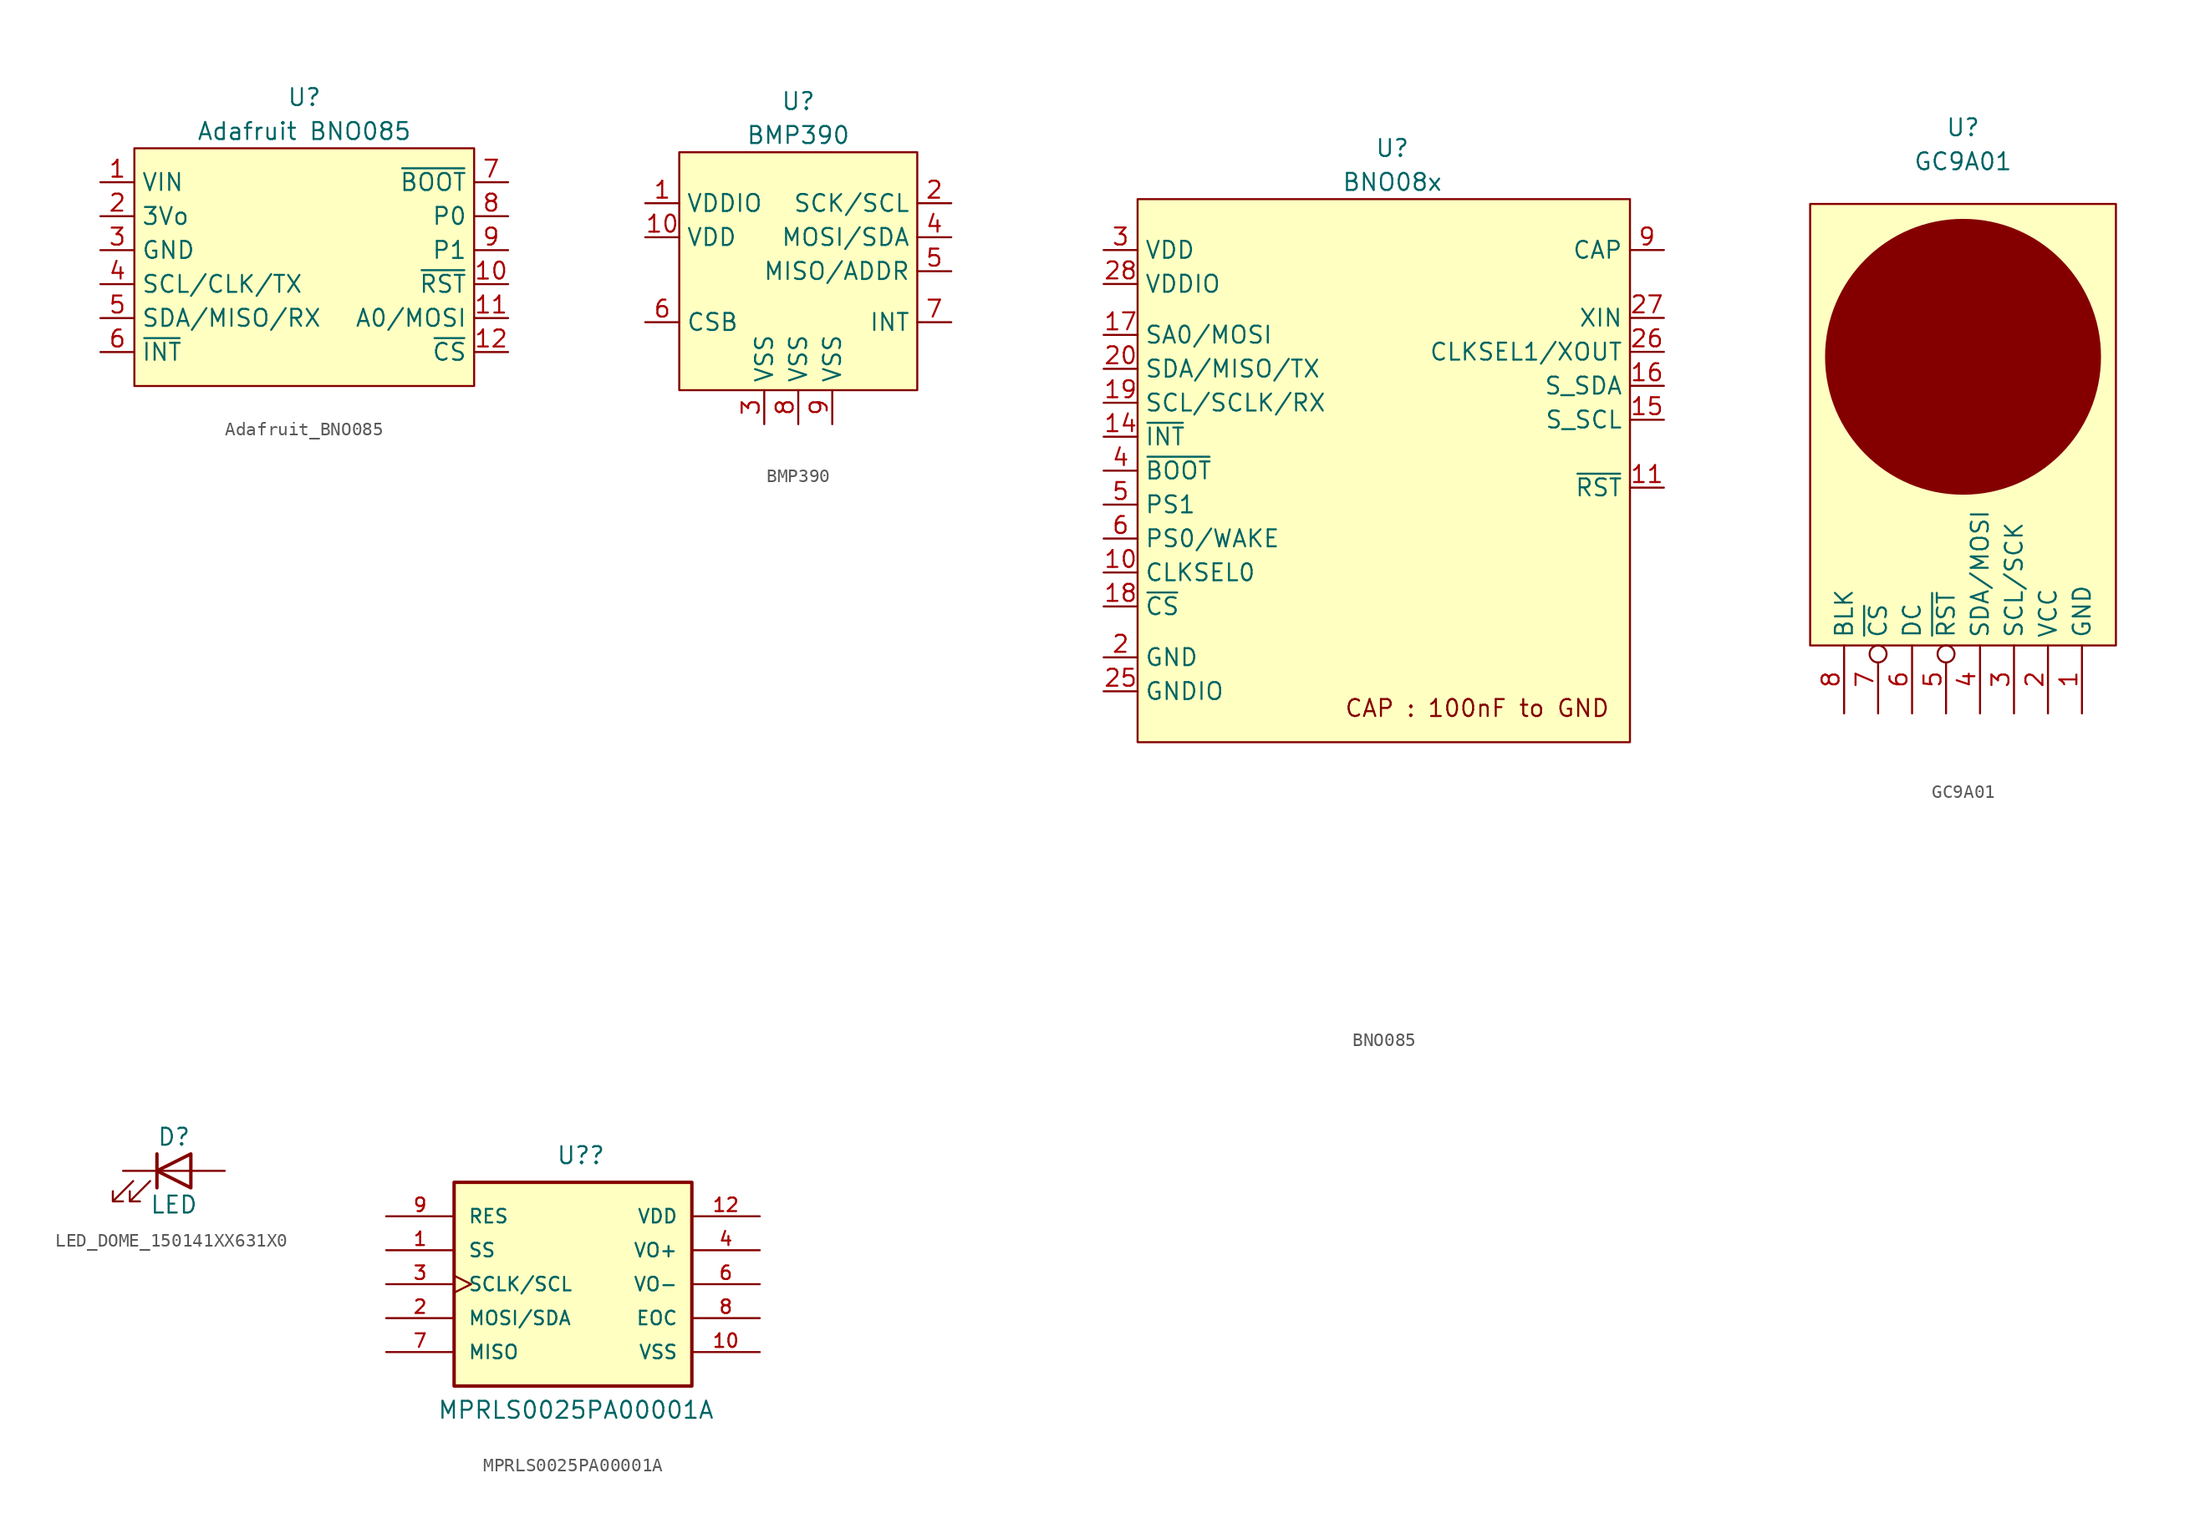
<source format=kicad_sym>
(kicad_symbol_lib
  (version 20220914)
  (generator kicad_symbol_editor)
  (symbol "Adafruit_BNO085"
    (property "Reference" "U"
      (at 0 12.7 0)
      (effects (font (size 1.27 1.27))))
    (property "Value" "Adafruit BNO085"
      (at 0 10.16 0)
      (effects (font (size 1.27 1.27))))
    (symbol "Adafruit_BNO085_1_1"
      (rectangle (start -12.7 8.89) (end 12.7 -8.89) (stroke (width 0) (type default)) (fill (type background)))
      (pin power_in line (at -15.24 6.35 0) (length 2.54) (name "VIN" (effects (font (size 1.27 1.27)))) (number "1" (effects (font (size 1.27 1.27)))))
      (pin input line (at 15.24 -1.27 180) (length 2.54) (name "~{RST}" (effects (font (size 1.27 1.27)))) (number "10" (effects (font (size 1.27 1.27)))))
      (pin input line (at 15.24 -3.81 180) (length 2.54) (name "A0/MOSI" (effects (font (size 1.27 1.27)))) (number "11" (effects (font (size 1.27 1.27)))))
      (pin input line (at 15.24 -6.35 180) (length 2.54) (name "~{CS}" (effects (font (size 1.27 1.27)))) (number "12" (effects (font (size 1.27 1.27)))))
      (pin power_out line (at -15.24 3.81 0) (length 2.54) (name "3Vo" (effects (font (size 1.27 1.27)))) (number "2" (effects (font (size 1.27 1.27)))))
      (pin power_in line (at -15.24 1.27 0) (length 2.54) (name "GND" (effects (font (size 1.27 1.27)))) (number "3" (effects (font (size 1.27 1.27)))))
      (pin input line (at -15.24 -1.27 0) (length 2.54) (name "SCL/CLK/TX" (effects (font (size 1.27 1.27)))) (number "4" (effects (font (size 1.27 1.27)))))
      (pin bidirectional line (at -15.24 -3.81 0) (length 2.54) (name "SDA/MISO/RX" (effects (font (size 1.27 1.27)))) (number "5" (effects (font (size 1.27 1.27)))))
      (pin output line (at -15.24 -6.35 0) (length 2.54) (name "~{INT}" (effects (font (size 1.27 1.27)))) (number "6" (effects (font (size 1.27 1.27)))))
      (pin input line (at 15.24 6.35 180) (length 2.54) (name "~{BOOT}" (effects (font (size 1.27 1.27)))) (number "7" (effects (font (size 1.27 1.27)))))
      (pin input line (at 15.24 3.81 180) (length 2.54) (name "P0" (effects (font (size 1.27 1.27)))) (number "8" (effects (font (size 1.27 1.27)))))
      (pin input line (at 15.24 1.27 180) (length 2.54) (name "P1" (effects (font (size 1.27 1.27)))) (number "9" (effects (font (size 1.27 1.27)))))))
  (symbol "BMP390"
    (property "Reference" "U"
      (at 0 12.7 0)
      (effects (font (size 1.27 1.27))))
    (property "Value" "BMP390"
      (at 0 10.16 0)
      (effects (font (size 1.27 1.27))))
    (symbol "BMP390_1_1"
      (rectangle (start -8.89 8.89) (end 8.89 -8.89) (stroke (width 0) (type default)) (fill (type background)))
      (pin power_in line (at -11.43 5.08 0) (length 2.54) (name "VDDIO" (effects (font (size 1.27 1.27)))) (number "1" (effects (font (size 1.27 1.27)))))
      (pin input line (at -11.43 2.54 0) (length 2.54) (name "VDD" (effects (font (size 1.27 1.27)))) (number "10" (effects (font (size 1.27 1.27)))))
      (pin input line (at 11.43 5.08 180) (length 2.54) (name "SCK/SCL" (effects (font (size 1.27 1.27)))) (number "2" (effects (font (size 1.27 1.27)))))
      (pin power_in line (at -2.54 -11.43 90) (length 2.54) (name "VSS" (effects (font (size 1.27 1.27)))) (number "3" (effects (font (size 1.27 1.27)))))
      (pin input line (at 11.43 2.54 180) (length 2.54) (name "MOSI/SDA" (effects (font (size 1.27 1.27)))) (number "4" (effects (font (size 1.27 1.27)))))
      (pin bidirectional line (at 11.43 0 180) (length 2.54) (name "MISO/ADDR" (effects (font (size 1.27 1.27)))) (number "5" (effects (font (size 1.27 1.27)))))
      (pin input line (at -11.43 -3.81 0) (length 2.54) (name "CSB" (effects (font (size 1.27 1.27)))) (number "6" (effects (font (size 1.27 1.27)))))
      (pin output line (at 11.43 -3.81 180) (length 2.54) (name "INT" (effects (font (size 1.27 1.27)))) (number "7" (effects (font (size 1.27 1.27)))))
      (pin power_in line (at 0 -11.43 90) (length 2.54) (name "VSS" (effects (font (size 1.27 1.27)))) (number "8" (effects (font (size 1.27 1.27)))))
      (pin power_in line (at 2.54 -11.43 90) (length 2.54) (name "VSS" (effects (font (size 1.27 1.27)))) (number "9" (effects (font (size 1.27 1.27)))))))
  (symbol "BNO085"
    (property "Reference" "U"
      (at 0 22.86 0)
      (effects (font (size 1.27 1.27))))
    (property "Value" "BNO08x"
      (at 0 20.32 0)
      (effects (font (size 1.27 1.27))))
    (symbol "BNO085_1_1"
      (rectangle (start -19.05 19.05) (end 17.78 -21.59) (stroke (width 0) (type default)) (fill (type background)))
      (text "CAP : 100nF to GND\n" (at 6.35 -19.05 0) (effects (font (size 1.27 1.27))))
      (pin no_connect line (at -8.89 -24.13 0) (length 2.54) hide (name "NC" (effects (font (size 1.27 1.27)))) (number "1" (effects (font (size 1.27 1.27)))))
      (pin input line (at -21.59 -8.89 0) (length 2.54) (name "CLKSEL0" (effects (font (size 1.27 1.27)))) (number "10" (effects (font (size 1.27 1.27)))))
      (pin no_connect line (at -8.89 -31.75 0) (length 2.54) hide (name "NC" (effects (font (size 1.27 1.27)))) (number "10" (effects (font (size 1.27 1.27)))))
      (pin input line (at 20.32 -2.54 180) (length 2.54) (name "~{RST}" (effects (font (size 1.27 1.27)))) (number "11" (effects (font (size 1.27 1.27)))))
      (pin no_connect line (at -8.89 -34.29 0) (length 2.54) hide (name "NC" (effects (font (size 1.27 1.27)))) (number "12" (effects (font (size 1.27 1.27)))))
      (pin no_connect line (at 11.43 -24.13 0) (length 2.54) hide (name "NC" (effects (font (size 1.27 1.27)))) (number "13" (effects (font (size 1.27 1.27)))))
      (pin no_connect line (at 11.43 -26.67 0) (length 2.54) hide (name "NC" (effects (font (size 1.27 1.27)))) (number "14" (effects (font (size 1.27 1.27)))))
      (pin output line (at -21.59 1.27 0) (length 2.54) (name "~{INT}" (effects (font (size 1.27 1.27)))) (number "14" (effects (font (size 1.27 1.27)))))
      (pin output line (at 20.32 2.54 180) (length 2.54) (name "S_SCL" (effects (font (size 1.27 1.27)))) (number "15" (effects (font (size 1.27 1.27)))))
      (pin output line (at 20.32 5.08 180) (length 2.54) (name "S_SDA" (effects (font (size 1.27 1.27)))) (number "16" (effects (font (size 1.27 1.27)))))
      (pin input line (at -21.59 8.89 0) (length 2.54) (name "SA0/MOSI" (effects (font (size 1.27 1.27)))) (number "17" (effects (font (size 1.27 1.27)))))
      (pin input line (at -21.59 -11.43 0) (length 2.54) (name "~{CS}" (effects (font (size 1.27 1.27)))) (number "18" (effects (font (size 1.27 1.27)))))
      (pin input line (at -21.59 3.81 0) (length 2.54) (name "SCL/SCLK/RX" (effects (font (size 1.27 1.27)))) (number "19" (effects (font (size 1.27 1.27)))))
      (pin power_in line (at -21.59 -15.24 0) (length 2.54) (name "GND" (effects (font (size 1.27 1.27)))) (number "2" (effects (font (size 1.27 1.27)))))
      (pin output line (at -21.59 6.35 0) (length 2.54) (name "SDA/MISO/TX" (effects (font (size 1.27 1.27)))) (number "20" (effects (font (size 1.27 1.27)))))
      (pin no_connect line (at 11.43 -29.21 0) (length 2.54) hide (name "NC" (effects (font (size 1.27 1.27)))) (number "21" (effects (font (size 1.27 1.27)))))
      (pin no_connect line (at 11.43 -31.75 0) (length 2.54) hide (name "NC" (effects (font (size 1.27 1.27)))) (number "22" (effects (font (size 1.27 1.27)))))
      (pin no_connect line (at 11.43 -34.29 0) (length 2.54) hide (name "NC" (effects (font (size 1.27 1.27)))) (number "23" (effects (font (size 1.27 1.27)))))
      (pin no_connect line (at 11.43 -36.83 0) (length 2.54) hide (name "NC" (effects (font (size 1.27 1.27)))) (number "24" (effects (font (size 1.27 1.27)))))
      (pin power_in line (at -21.59 -17.78 0) (length 2.54) (name "GNDIO" (effects (font (size 1.27 1.27)))) (number "25" (effects (font (size 1.27 1.27)))))
      (pin input line (at 20.32 7.62 180) (length 2.54) (name "CLKSEL1/XOUT" (effects (font (size 1.27 1.27)))) (number "26" (effects (font (size 1.27 1.27)))))
      (pin input line (at 20.32 10.16 180) (length 2.54) (name "XIN" (effects (font (size 1.27 1.27)))) (number "27" (effects (font (size 1.27 1.27)))))
      (pin power_in line (at -21.59 12.7 0) (length 2.54) (name "VDDIO" (effects (font (size 1.27 1.27)))) (number "28" (effects (font (size 1.27 1.27)))))
      (pin power_in line (at -21.59 15.24 0) (length 2.54) (name "VDD" (effects (font (size 1.27 1.27)))) (number "3" (effects (font (size 1.27 1.27)))))
      (pin input line (at -21.59 -1.27 0) (length 2.54) (name "~{BOOT}" (effects (font (size 1.27 1.27)))) (number "4" (effects (font (size 1.27 1.27)))))
      (pin input line (at -21.59 -3.81 0) (length 2.54) (name "PS1" (effects (font (size 1.27 1.27)))) (number "5" (effects (font (size 1.27 1.27)))))
      (pin input line (at -21.59 -6.35 0) (length 2.54) (name "PS0/WAKE" (effects (font (size 1.27 1.27)))) (number "6" (effects (font (size 1.27 1.27)))))
      (pin no_connect line (at -8.89 -26.67 0) (length 2.54) hide (name "NC" (effects (font (size 1.27 1.27)))) (number "7" (effects (font (size 1.27 1.27)))))
      (pin no_connect line (at -8.89 -29.21 0) (length 2.54) hide (name "NC" (effects (font (size 1.27 1.27)))) (number "8" (effects (font (size 1.27 1.27)))))
      (pin input line (at 20.32 15.24 180) (length 2.54) (name "CAP" (effects (font (size 1.27 1.27)))) (number "9" (effects (font (size 1.27 1.27)))))))
  (symbol "GC9A01"
    (property "Reference" "U"
      (at 0 28.575 0)
      (effects (font (size 1.27 1.27))))
    (property "Value" "GC9A01"
      (at 0 26.035 0)
      (effects (font (size 1.27 1.27))))
    (symbol "GC9A01_0_1"
      (rectangle (start -11.43 22.86) (end 11.43 -10.16) (stroke (width 0) (type default)) (fill (type background)))
      (circle (center 0 11.43) (radius 10.239) (stroke (width 0) (type default)) (fill (type outline))))
    (symbol "GC9A01_1_1"
      (pin power_in line (at 8.89 -15.24 90) (length 5.08) (name "GND" (effects (font (size 1.27 1.27)))) (number "1" (effects (font (size 1.27 1.27)))))
      (pin power_in line (at 6.35 -15.24 90) (length 5.08) (name "VCC" (effects (font (size 1.27 1.27)))) (number "2" (effects (font (size 1.27 1.27)))))
      (pin input line (at 3.81 -15.24 90) (length 5.08) (name "SCL/SCK" (effects (font (size 1.27 1.27)))) (number "3" (effects (font (size 1.27 1.27)))))
      (pin bidirectional line (at 1.27 -15.24 90) (length 5.08) (name "SDA/MOSI" (effects (font (size 1.27 1.27)))) (number "4" (effects (font (size 1.27 1.27)))))
      (pin input inverted (at -1.27 -15.24 90) (length 5.08) (name "~{RST}" (effects (font (size 1.27 1.27)))) (number "5" (effects (font (size 1.27 1.27)))))
      (pin input line (at -3.81 -15.24 90) (length 5.08) (name "DC" (effects (font (size 1.27 1.27)))) (number "6" (effects (font (size 1.27 1.27)))))
      (pin input inverted (at -6.35 -15.24 90) (length 5.08) (name "~{CS}" (effects (font (size 1.27 1.27)))) (number "7" (effects (font (size 1.27 1.27)))))
      (pin input line (at -8.89 -15.24 90) (length 5.08) (name "BLK" (effects (font (size 1.27 1.27)))) (number "8" (effects (font (size 1.27 1.27)))))))
  (symbol "LED_DOME_150141XX631X0"
    (pin_numbers hide)
    (pin_names
      (offset 1.016) hide)
    (property "Reference" "D"
      (at 0 2.54 0)
      (effects (font (size 1.27 1.27))))
    (property "Value" "LED"
      (at 0 -2.54 0)
      (effects (font (size 1.27 1.27))))
    (symbol "LED_DOME_150141XX631X0_0_1"
      (polyline (pts (xy -1.27 -1.27) (xy -1.27 1.27)) (stroke (width 0.254) (type default)) (fill (type none)))
      (polyline (pts (xy -1.27 0) (xy 1.27 0)) (stroke (width 0) (type default)) (fill (type none)))
      (polyline (pts (xy 1.27 -1.27) (xy 1.27 1.27) (xy -1.27 0) (xy 1.27 -1.27)) (stroke (width 0.254) (type default)) (fill (type none)))
      (polyline (pts (xy -3.048 -0.762) (xy -4.572 -2.286) (xy -3.81 -2.286) (xy -4.572 -2.286) (xy -4.572 -1.524)) (stroke (width 0) (type default)) (fill (type none)))
      (polyline (pts (xy -1.778 -0.762) (xy -3.302 -2.286) (xy -2.54 -2.286) (xy -3.302 -2.286) (xy -3.302 -1.524)) (stroke (width 0) (type default)) (fill (type none))))
    (symbol "LED_DOME_150141XX631X0_1_1"
      (pin passive line (at 3.81 0 180) (length 2.54) (name "A" (effects (font (size 1.27 1.27)))) (number "1" (effects (font (size 1.27 1.27)))))
      (pin passive line (at -3.81 0 0) (length 2.54) (name "K" (effects (font (size 1.27 1.27)))) (number "2" (effects (font (size 1.27 1.27)))))
      (pin passive line (at 3.81 0 180) (length 2.54) hide (name "A" (effects (font (size 1.27 1.27)))) (number "3" (effects (font (size 1.27 1.27)))))
      (pin passive line (at 3.81 0 180) (length 2.54) hide (name "A" (effects (font (size 1.27 1.27)))) (number "4" (effects (font (size 1.27 1.27)))))))
  (symbol "MPRLS0025PA00001A"
    (pin_names
      (offset 1.016))
    (property "Reference" "U?"
      (at -1.27 8.89 0)
      (effects (font (size 1.27 1.27)) (justify left bottom)))
    (property "Value" "MPRLS0025PA00001A"
      (at -10.16 -10.16 0)
      (effects (font (size 1.27 1.27)) (justify left bottom)))
    (symbol "MPRLS0025PA00001A_0_0"
      (rectangle (start -8.89 -7.62) (end 8.89 7.62) (stroke (width 0.254) (type default)) (fill (type background)))
      (pin input line (at -13.97 2.54 0) (length 5.08) (name "SS" (effects (font (size 1.016 1.016)))) (number "1" (effects (font (size 1.016 1.016)))))
      (pin power_in line (at 13.97 -5.08 180) (length 5.08) (name "VSS" (effects (font (size 1.016 1.016)))) (number "10" (effects (font (size 1.016 1.016)))))
      (pin power_in line (at 13.97 5.08 180) (length 5.08) (name "VDD" (effects (font (size 1.016 1.016)))) (number "12" (effects (font (size 1.016 1.016)))))
      (pin bidirectional line (at -13.97 -2.54 0) (length 5.08) (name "MOSI/SDA" (effects (font (size 1.016 1.016)))) (number "2" (effects (font (size 1.016 1.016)))))
      (pin input clock (at -13.97 0 0) (length 5.08) (name "SCLK/SCL" (effects (font (size 1.016 1.016)))) (number "3" (effects (font (size 1.016 1.016)))))
      (pin output line (at 13.97 2.54 180) (length 5.08) (name "VO+" (effects (font (size 1.016 1.016)))) (number "4" (effects (font (size 1.016 1.016)))))
      (pin output line (at 13.97 0 180) (length 5.08) (name "VO-" (effects (font (size 1.016 1.016)))) (number "6" (effects (font (size 1.016 1.016)))))
      (pin output line (at -13.97 -5.08 0) (length 5.08) (name "MISO" (effects (font (size 1.016 1.016)))) (number "7" (effects (font (size 1.016 1.016)))))
      (pin output line (at 13.97 -2.54 180) (length 5.08) (name "EOC" (effects (font (size 1.016 1.016)))) (number "8" (effects (font (size 1.016 1.016)))))
      (pin input line (at -13.97 5.08 0) (length 5.08) (name "RES" (effects (font (size 1.016 1.016)))) (number "9" (effects (font (size 1.016 1.016))))))))
</source>
